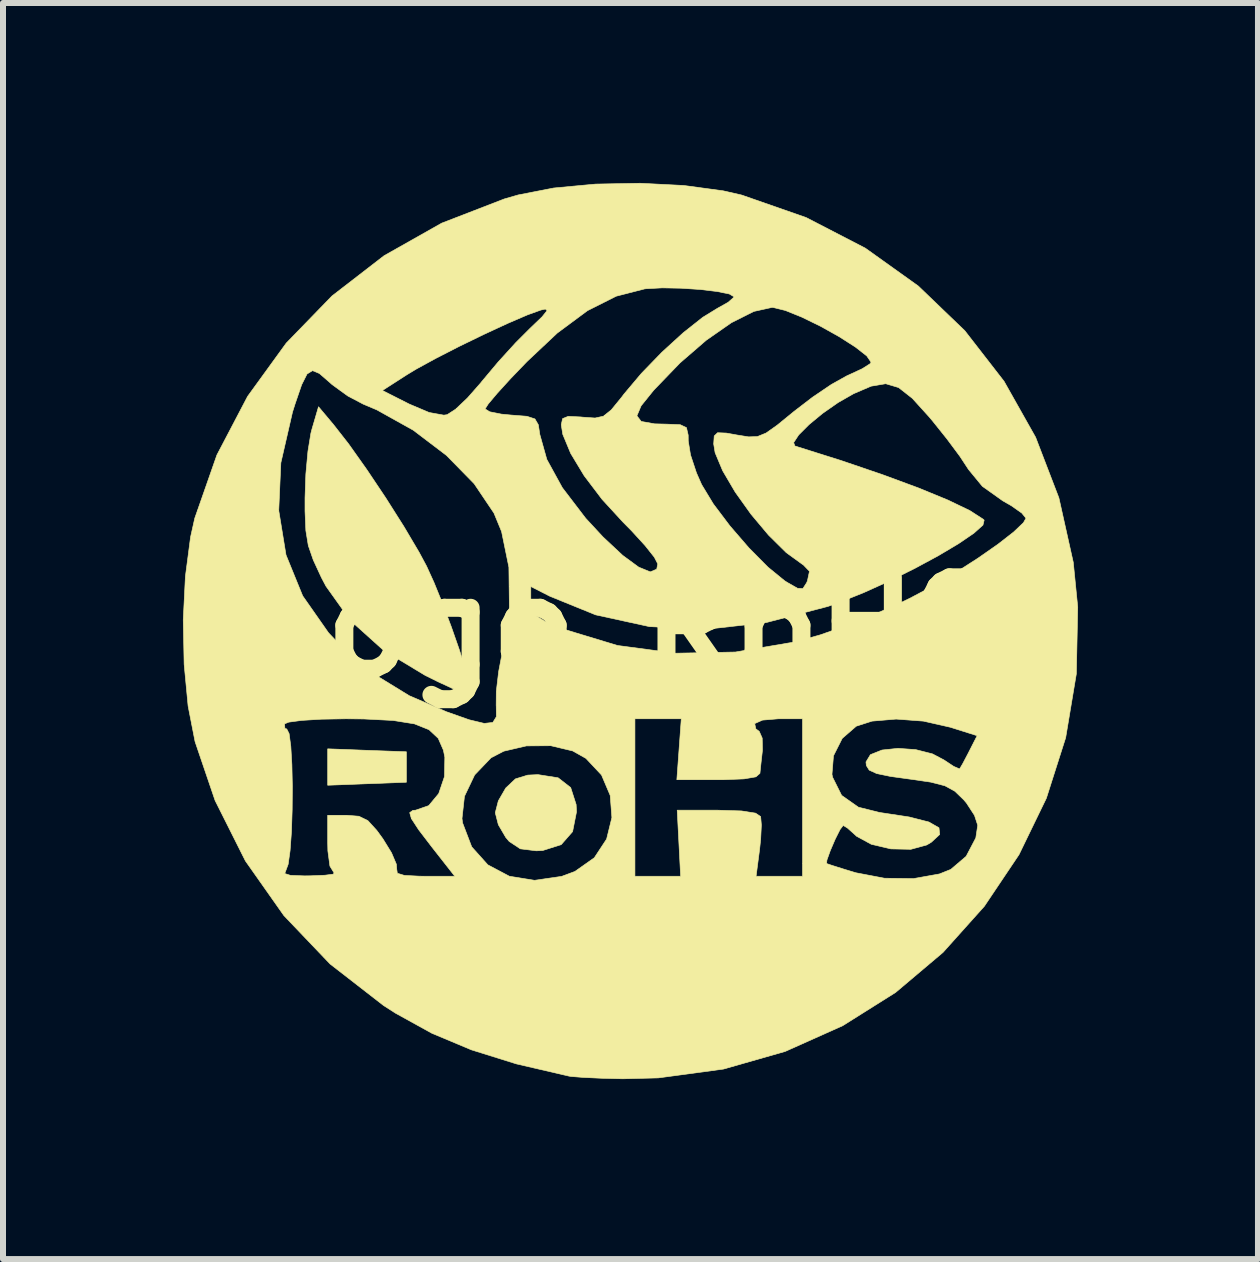
<source format=kicad_pcb>
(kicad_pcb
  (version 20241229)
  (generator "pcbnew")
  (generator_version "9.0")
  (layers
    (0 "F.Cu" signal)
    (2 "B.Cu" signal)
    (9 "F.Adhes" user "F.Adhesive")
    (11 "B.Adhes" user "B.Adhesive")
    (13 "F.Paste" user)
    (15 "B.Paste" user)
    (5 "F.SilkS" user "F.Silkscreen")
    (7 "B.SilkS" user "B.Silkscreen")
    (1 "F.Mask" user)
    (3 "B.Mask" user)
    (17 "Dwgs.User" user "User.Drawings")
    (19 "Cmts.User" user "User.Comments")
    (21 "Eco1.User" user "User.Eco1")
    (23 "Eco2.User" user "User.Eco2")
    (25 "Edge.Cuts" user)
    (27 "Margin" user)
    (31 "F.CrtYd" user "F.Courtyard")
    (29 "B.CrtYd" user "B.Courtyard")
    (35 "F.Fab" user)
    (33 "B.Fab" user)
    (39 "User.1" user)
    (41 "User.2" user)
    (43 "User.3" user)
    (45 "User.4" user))
  (footprint "Logo_RoHS"
    (layer "F.Cu")
    (at 7.408 7.409)
    (property "Reference" "Logo_RoHS" (at 0 0 0) (layer "F.SilkS") (effects (font (size 1.524 1.524) (thickness 0.3))))
    (attr through_hole)
    (fp_poly (pts (xy -4.339 2.05) (xy -3.683 2.074) (xy -3.683 2.582) (xy -4.339 2.607) (xy -4.995 2.632) (xy -4.995 2.025) (xy -4.339 2.05)) (stroke (width 0.01) (type solid)) (fill yes) (layer "F.SilkS"))
    (fp_poly (pts (xy -1.153 2.508) (xy -0.944 2.671) (xy -0.853 2.954) (xy -0.847 3.076) (xy -0.912 3.405) (xy -1.102 3.622) (xy -1.41 3.72) (xy -1.518 3.725) (xy -1.784 3.692) (xy -1.969 3.569) (xy -2.026 3.502) (xy -2.15 3.29) (xy -2.201 3.091) (xy -2.201 3.09) (xy -2.15 2.892) (xy -2.027 2.679) (xy -2.026 2.678) (xy -1.865 2.526) (xy -1.66 2.463) (xy -1.489 2.455) (xy -1.153 2.508)) (stroke (width 0.01) (type solid)) (fill yes) (layer "F.SilkS"))
    (fp_poly (pts (xy -4.901 -3.384) (xy -4.646 -3.058) (xy -4.344 -2.632) (xy -4.026 -2.157) (xy -3.724 -1.68) (xy -3.471 -1.252) (xy -3.347 -1.021) (xy -3.221 -0.744) (xy -3.078 -0.392) (xy -2.933 -0.006) (xy -2.801 0.372) (xy -2.697 0.701) (xy -2.635 0.939) (xy -2.625 1.02) (xy -2.645 1.081) (xy -2.724 1.087) (xy -2.886 1.032) (xy -3.157 0.906) (xy -3.369 0.801) (xy -4.066 0.381) (xy -4.614 -0.112) (xy -5.024 -0.687) (xy -5.099 -0.829) (xy -5.235 -1.123) (xy -5.318 -1.363) (xy -5.359 -1.614) (xy -5.373 -1.939) (xy -5.373 -2.157) (xy -5.359 -2.555) (xy -5.324 -2.937) (xy -5.275 -3.237) (xy -5.259 -3.299) (xy -5.148 -3.678) (xy -4.901 -3.384)) (stroke (width 0.01) (type solid)) (fill yes) (layer "F.SilkS"))
    (fp_poly (pts (xy 0.941 -7.367) (xy 1.598 -7.278) (xy 1.905 -7.208) (xy 2.982 -6.832) (xy 3.968 -6.322) (xy 4.852 -5.69) (xy 5.626 -4.946) (xy 6.281 -4.102) (xy 6.807 -3.169) (xy 7.195 -2.159) (xy 7.435 -1.083) (xy 7.509 -0.339) (xy 7.486 0.774) (xy 7.308 1.84) (xy 6.986 2.849) (xy 6.53 3.789) (xy 5.952 4.65) (xy 5.263 5.419) (xy 4.472 6.087) (xy 3.591 6.641) (xy 2.632 7.07) (xy 1.603 7.364) (xy 0.517 7.511) (xy -0.075 7.526) (xy -0.429 7.517) (xy -0.734 7.503) (xy -0.938 7.487) (xy -0.974 7.481) (xy -1.851 7.277) (xy -2.6 7.043) (xy -3.258 6.767) (xy -3.866 6.431) (xy -4.064 6.304) (xy -4.955 5.612) (xy -5.725 4.805) (xy -6.367 3.893) (xy -6.872 2.887) (xy -7.206 1.905) (xy -7.264 1.609) (xy -5.715 1.609) (xy -5.708 1.687) (xy -5.678 1.693) (xy -5.638 1.772) (xy -5.61 1.982) (xy -5.592 2.288) (xy -5.584 2.651) (xy -5.587 3.036) (xy -5.599 3.406) (xy -5.622 3.723) (xy -5.654 3.95) (xy -5.69 4.047) (xy -5.711 4.104) (xy -5.616 4.134) (xy -5.381 4.143) (xy -5.287 4.142) (xy -5.041 4.132) (xy -4.9 4.114) (xy -4.889 4.093) (xy -4.958 3.98) (xy -4.992 3.726) (xy -4.995 3.591) (xy -4.995 3.133) (xy -4.673 3.133) (xy -4.474 3.149) (xy -4.326 3.221) (xy -4.177 3.384) (xy -4.075 3.524) (xy -3.931 3.758) (xy -3.85 3.949) (xy -3.844 4.032) (xy -3.834 4.099) (xy -3.717 4.135) (xy -3.467 4.148) (xy -3.383 4.149) (xy -2.876 4.149) (xy -3.258 3.662) (xy -3.479 3.373) (xy -3.599 3.189) (xy -3.6 3.186) (xy -2.756 3.186) (xy -2.746 3.261) (xy -2.594 3.659) (xy -2.325 3.959) (xy -1.966 4.149) (xy -1.546 4.217) (xy -1.093 4.151) (xy -0.873 4.069) (xy -0.55 3.841) (xy -0.345 3.529) (xy -0.257 3.171) (xy -0.285 2.802) (xy -0.43 2.461) (xy -0.69 2.184) (xy -0.91 2.06) (xy -1.275 1.973) (xy -1.682 1.976) (xy -2.059 2.064) (xy -2.271 2.174) (xy -2.545 2.46) (xy -2.715 2.817) (xy -2.756 3.186) (xy -3.6 3.186) (xy -3.628 3.089) (xy -3.575 3.051) (xy -3.53 3.048) (xy -3.311 2.972) (xy -3.144 2.771) (xy -3.048 2.488) (xy -3.042 2.165) (xy -3.066 2.047) (xy -3.152 1.85) (xy -3.306 1.706) (xy -3.548 1.609) (xy -3.903 1.552) (xy -4.392 1.527) (xy -4.691 1.524) (xy -5.1 1.531) (xy -5.429 1.551) (xy -5.644 1.58) (xy -5.715 1.609) (xy -7.264 1.609) (xy -7.322 1.312) (xy -7.388 0.617) (xy -7.403 -0.123) (xy -7.367 -0.85) (xy -7.281 -1.506) (xy -7.211 -1.82) (xy -7.166 -1.948) (xy -5.811 -1.948) (xy -5.69 -1.207) (xy -5.412 -0.525) (xy -4.981 0.091) (xy -4.772 0.311) (xy -4.226 0.777) (xy -3.634 1.14) (xy -3.015 1.407) (xy -2.635 1.541) (xy -2.385 1.601) (xy -2.242 1.585) (xy -2.204 1.524) (xy 0.127 1.524) (xy 0.127 4.149) (xy 0.508 4.149) (xy 0.889 4.149) (xy 0.832 3.048) (xy 1.508 3.048) (xy 1.902 3.06) (xy 2.138 3.097) (xy 2.223 3.154) (xy 2.235 3.294) (xy 2.223 3.535) (xy 2.205 3.704) (xy 2.147 4.149) (xy 2.534 4.149) (xy 2.921 4.149) (xy 2.921 3.937) (xy 3.322 3.937) (xy 3.409 3.967) (xy 3.609 4.03) (xy 3.81 4.091) (xy 4.287 4.182) (xy 4.772 4.188) (xy 5.203 4.111) (xy 5.393 4.035) (xy 5.649 3.817) (xy 5.81 3.51) (xy 5.842 3.299) (xy 5.788 3.134) (xy 5.654 2.928) (xy 5.609 2.875) (xy 5.461 2.732) (xy 5.295 2.641) (xy 5.058 2.58) (xy 4.757 2.536) (xy 4.388 2.485) (xy 4.157 2.437) (xy 4.033 2.38) (xy 3.985 2.303) (xy 3.979 2.244) (xy 4.053 2.122) (xy 4.246 2.045) (xy 4.512 2.017) (xy 4.808 2.038) (xy 5.087 2.109) (xy 5.277 2.209) (xy 5.442 2.318) (xy 5.536 2.359) (xy 5.542 2.357) (xy 5.593 2.27) (xy 5.686 2.093) (xy 5.699 2.067) (xy 5.832 1.806) (xy 5.385 1.665) (xy 4.936 1.563) (xy 4.482 1.529) (xy 4.08 1.563) (xy 3.818 1.647) (xy 3.583 1.851) (xy 3.437 2.141) (xy 3.412 2.449) (xy 3.422 2.498) (xy 3.573 2.801) (xy 3.853 2.998) (xy 4.206 3.086) (xy 4.7 3.161) (xy 5.028 3.245) (xy 5.196 3.341) (xy 5.208 3.453) (xy 5.067 3.583) (xy 4.991 3.628) (xy 4.727 3.7) (xy 4.394 3.693) (xy 4.067 3.616) (xy 3.82 3.481) (xy 3.804 3.465) (xy 3.67 3.345) (xy 3.599 3.302) (xy 3.547 3.37) (xy 3.466 3.531) (xy 3.384 3.722) (xy 3.328 3.878) (xy 3.322 3.937) (xy 2.921 3.937) (xy 2.921 1.524) (xy 2.519 1.524) (xy 2.254 1.546) (xy 2.124 1.604) (xy 2.142 1.691) (xy 2.2 1.735) (xy 2.249 1.846) (xy 2.253 2.046) (xy 2.252 2.057) (xy 2.227 2.28) (xy 2.211 2.434) (xy 2.144 2.492) (xy 1.947 2.526) (xy 1.601 2.54) (xy 1.514 2.54) (xy 0.826 2.54) (xy 0.9 1.524) (xy 0.513 1.524) (xy 0.127 1.524) (xy -2.204 1.524) (xy -2.183 1.49) (xy -2.185 1.314) (xy -2.186 1.303) (xy -2.184 1.067) (xy -2.145 0.738) (xy -2.078 0.384) (xy -2.074 0.367) (xy -1.966 -0.336) (xy -1.97 -0.681) (xy -1.609 -0.681) (xy -1.609 -0.434) (xy -1.594 -0.296) (xy -1.525 -0.194) (xy -1.368 -0.098) (xy -1.087 0.022) (xy -1.078 0.025) (xy -0.164 0.302) (xy 0.805 0.431) (xy 1.803 0.411) (xy 2.803 0.241) (xy 3.217 0.125) (xy 3.631 -0.021) (xy 4.11 -0.213) (xy 4.573 -0.419) (xy 4.72 -0.49) (xy 5.09 -0.687) (xy 5.475 -0.915) (xy 5.847 -1.154) (xy 6.178 -1.385) (xy 6.44 -1.589) (xy 6.604 -1.745) (xy 6.646 -1.82) (xy 6.577 -1.905) (xy 6.402 -2.028) (xy 6.259 -2.11) (xy 5.919 -2.352) (xy 5.688 -2.633) (xy 5.545 -2.851) (xy 5.33 -3.14) (xy 5.086 -3.445) (xy 5.033 -3.508) (xy 4.752 -3.818) (xy 4.523 -3.998) (xy 4.308 -4.062) (xy 4.065 -4.021) (xy 3.773 -3.896) (xy 3.516 -3.749) (xy 3.258 -3.569) (xy 3.029 -3.38) (xy 2.857 -3.208) (xy 2.773 -3.08) (xy 2.794 -3.024) (xy 3.562 -2.782) (xy 4.254 -2.546) (xy 4.855 -2.324) (xy 5.346 -2.122) (xy 5.71 -1.947) (xy 5.93 -1.805) (xy 5.949 -1.788) (xy 5.929 -1.705) (xy 5.777 -1.569) (xy 5.52 -1.394) (xy 5.182 -1.193) (xy 4.789 -0.981) (xy 4.366 -0.771) (xy 3.936 -0.577) (xy 3.527 -0.413) (xy 3.344 -0.349) (xy 2.319 -0.081) (xy 1.325 0.031) (xy 0.372 -0.012) (xy -0.529 -0.209) (xy -1.291 -0.519) (xy -1.609 -0.681) (xy -1.97 -0.681) (xy -1.974 -1.002) (xy -2.096 -1.597) (xy -2.223 -1.905) (xy -2.553 -2.395) (xy -3.014 -2.866) (xy -3.568 -3.287) (xy -4.176 -3.626) (xy -4.403 -3.722) (xy -4.659 -3.857) (xy -4.786 -3.949) (xy -4.083 -3.949) (xy -3.634 -3.722) (xy -3.303 -3.582) (xy -3.059 -3.538) (xy -3.003 -3.546) (xy -2.864 -3.636) (xy -2.857 -3.642) (xy -2.371 -3.642) (xy -2.294 -3.594) (xy -2.098 -3.555) (xy -1.931 -3.539) (xy -1.674 -3.519) (xy -1.54 -3.475) (xy -1.483 -3.377) (xy -1.459 -3.217) (xy -1.342 -2.8) (xy -1.083 -2.328) (xy -0.695 -1.82) (xy -0.406 -1.508) (xy -0.077 -1.2) (xy 0.19 -1.004) (xy 0.383 -0.925) (xy 0.49 -0.97) (xy 0.508 -1.058) (xy 0.451 -1.169) (xy 0.297 -1.363) (xy 0.073 -1.608) (xy -0.073 -1.756) (xy -0.421 -2.135) (xy -0.719 -2.528) (xy -0.944 -2.901) (xy -1.076 -3.219) (xy -1.101 -3.378) (xy -1.079 -3.48) (xy -0.986 -3.518) (xy -0.776 -3.508) (xy -0.74 -3.504) (xy -0.537 -3.49) (xy -0.396 -3.521) (xy -0.39 -3.527) (xy 0.16 -3.527) (xy 0.232 -3.433) (xy 0.455 -3.393) (xy 0.656 -3.388) (xy 0.882 -3.379) (xy 0.986 -3.33) (xy 1.015 -3.205) (xy 1.016 -3.107) (xy 1.054 -2.874) (xy 1.153 -2.575) (xy 1.239 -2.38) (xy 1.434 -2.058) (xy 1.711 -1.691) (xy 2.028 -1.324) (xy 2.345 -1.004) (xy 2.624 -0.776) (xy 2.667 -0.749) (xy 2.839 -0.651) (xy 2.927 -0.647) (xy 2.989 -0.743) (xy 3.003 -0.776) (xy 3.037 -0.935) (xy 2.935 -1.041) (xy 2.919 -1.051) (xy 2.649 -1.247) (xy 2.355 -1.538) (xy 2.062 -1.887) (xy 1.798 -2.257) (xy 1.59 -2.611) (xy 1.464 -2.912) (xy 1.44 -3.058) (xy 1.449 -3.191) (xy 1.505 -3.245) (xy 1.652 -3.239) (xy 1.829 -3.207) (xy 2.022 -3.176) (xy 2.169 -3.181) (xy 2.314 -3.24) (xy 2.499 -3.371) (xy 2.77 -3.592) (xy 2.777 -3.598) (xy 3.087 -3.836) (xy 3.4 -4.048) (xy 3.659 -4.193) (xy 3.699 -4.211) (xy 3.915 -4.311) (xy 4.046 -4.394) (xy 4.064 -4.42) (xy 3.992 -4.525) (xy 3.803 -4.673) (xy 3.534 -4.845) (xy 3.225 -5.018) (xy 2.912 -5.171) (xy 2.635 -5.283) (xy 2.432 -5.333) (xy 2.412 -5.334) (xy 2.109 -5.267) (xy 1.735 -5.079) (xy 1.316 -4.787) (xy 0.879 -4.409) (xy 0.449 -3.963) (xy 0.437 -3.95) (xy 0.23 -3.693) (xy 0.16 -3.527) (xy -0.39 -3.527) (xy -0.267 -3.626) (xy -0.097 -3.834) (xy -0.054 -3.891) (xy 0.236 -4.235) (xy 0.577 -4.587) (xy 0.931 -4.91) (xy 1.258 -5.169) (xy 1.499 -5.317) (xy 1.682 -5.42) (xy 1.775 -5.502) (xy 1.778 -5.512) (xy 1.701 -5.558) (xy 1.498 -5.599) (xy 1.215 -5.633) (xy 0.895 -5.654) (xy 0.582 -5.66) (xy 0.321 -5.646) (xy 0.29 -5.643) (xy -0.185 -5.521) (xy -0.664 -5.28) (xy -1.167 -4.907) (xy -1.672 -4.432) (xy -1.946 -4.147) (xy -2.169 -3.902) (xy -2.318 -3.725) (xy -2.371 -3.642) (xy -2.857 -3.642) (xy -2.665 -3.824) (xy -2.447 -4.072) (xy -2.42 -4.106) (xy -2.154 -4.423) (xy -1.859 -4.747) (xy -1.623 -4.983) (xy -1.421 -5.177) (xy -1.338 -5.28) (xy -1.364 -5.307) (xy -1.439 -5.291) (xy -1.664 -5.21) (xy -1.994 -5.068) (xy -2.387 -4.886) (xy -2.801 -4.685) (xy -3.191 -4.485) (xy -3.517 -4.307) (xy -3.671 -4.214) (xy -4.083 -3.949) (xy -4.786 -3.949) (xy -4.923 -4.049) (xy -4.978 -4.098) (xy -5.134 -4.233) (xy -5.248 -4.28) (xy -5.339 -4.224) (xy -5.429 -4.045) (xy -5.538 -3.727) (xy -5.582 -3.588) (xy -5.776 -2.743) (xy -5.811 -1.948) (xy -7.166 -1.948) (xy -6.842 -2.874) (xy -6.33 -3.851) (xy -5.686 -4.739) (xy -4.923 -5.525) (xy -4.055 -6.196) (xy -3.094 -6.739) (xy -2.052 -7.142) (xy -1.82 -7.209) (xy -1.226 -7.325) (xy -0.529 -7.39) (xy 0.213 -7.404) (xy 0.941 -7.367)) (stroke (width 0.01) (type solid)) (fill yes) (layer "F.SilkS")))
  (gr_rect
    (start -3 -3)
    (end 17.922 17.94)
    (stroke (width 0.1) (type default))
    (fill no)
    (layer "Edge.Cuts")))
</source>
